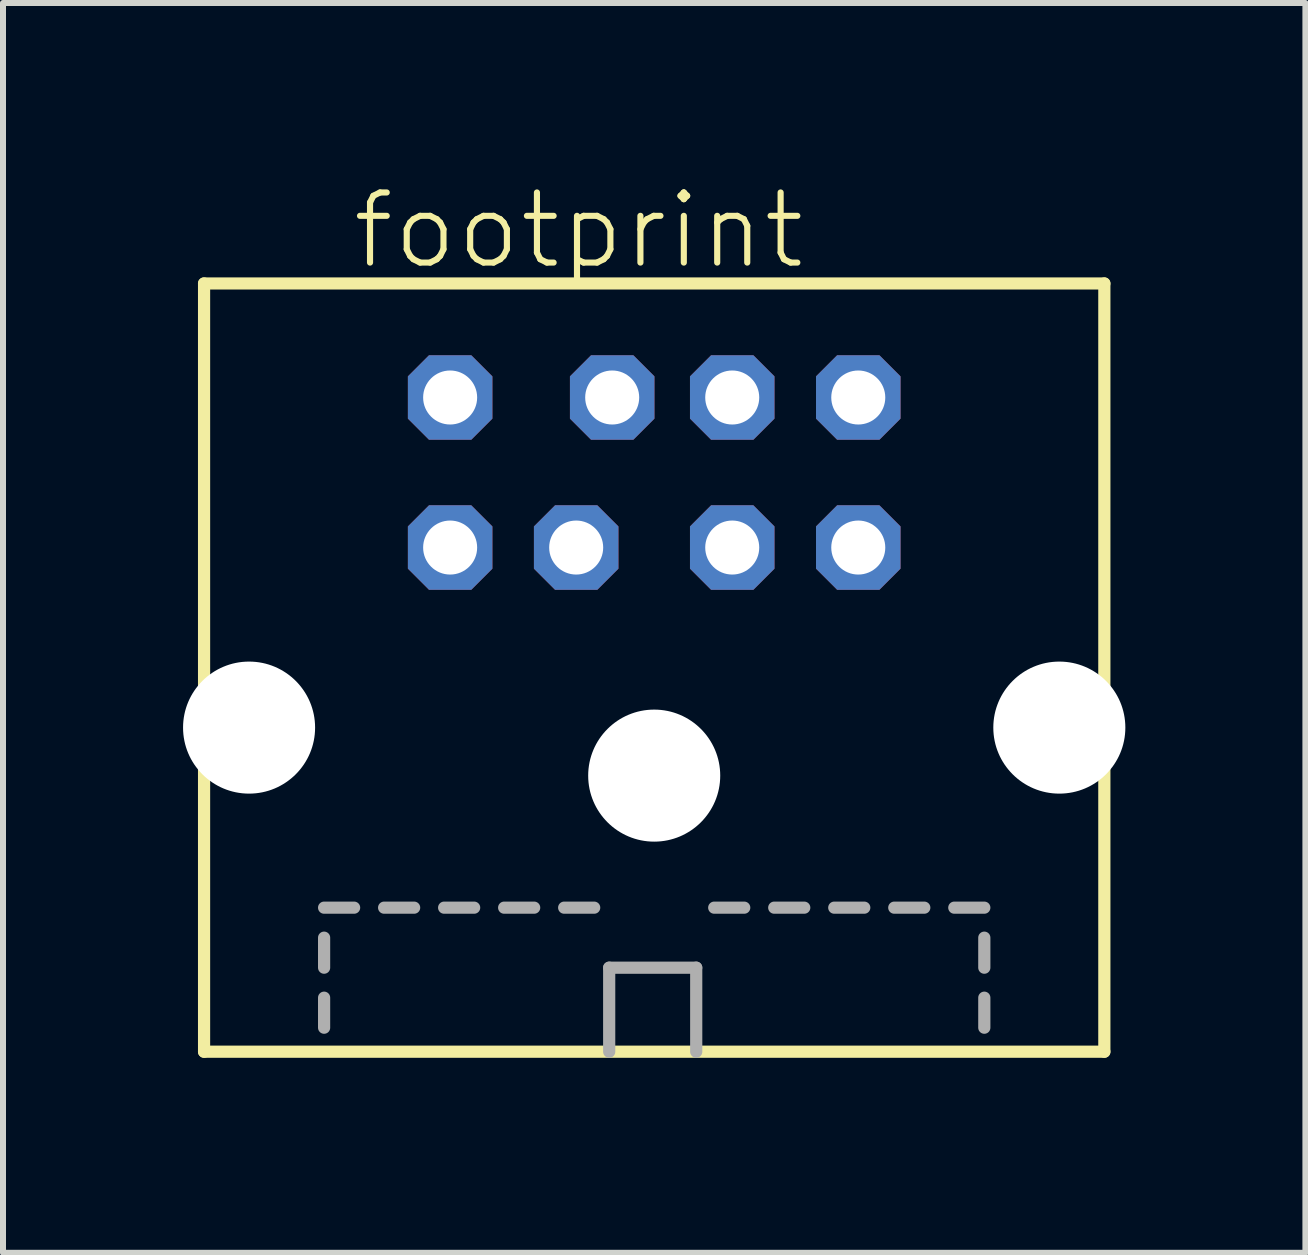
<source format=kicad_pcb>
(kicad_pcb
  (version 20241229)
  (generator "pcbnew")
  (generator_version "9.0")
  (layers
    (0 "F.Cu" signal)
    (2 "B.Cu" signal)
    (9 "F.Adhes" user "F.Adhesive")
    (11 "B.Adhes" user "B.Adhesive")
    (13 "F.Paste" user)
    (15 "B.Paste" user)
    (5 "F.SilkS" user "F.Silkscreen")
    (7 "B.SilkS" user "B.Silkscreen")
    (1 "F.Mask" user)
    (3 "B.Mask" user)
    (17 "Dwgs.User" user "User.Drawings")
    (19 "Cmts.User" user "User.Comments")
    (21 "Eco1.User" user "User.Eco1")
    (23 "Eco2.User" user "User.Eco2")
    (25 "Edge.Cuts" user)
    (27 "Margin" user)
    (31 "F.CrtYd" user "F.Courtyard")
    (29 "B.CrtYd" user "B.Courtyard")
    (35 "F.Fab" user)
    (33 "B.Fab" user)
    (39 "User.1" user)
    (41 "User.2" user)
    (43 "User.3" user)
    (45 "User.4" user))
  (footprint "footprint"
    (layer "F.Cu")
    (at 7.85 14.573)
    (property "Reference" "footprint" (at -5.08 -13.1 0) (layer "F.SilkS") (effects (font (size 1.168 1.168) (thickness 0.102)) (justify left bottom)))
    (fp_line (start -7.5 -12.9) (end -7.5 -0.1) (stroke (width 0.203) (type solid)) (layer "F.SilkS"))
    (fp_line (start -7.5 -0.1) (end 7.5 -0.1) (stroke (width 0.203) (type solid)) (layer "F.SilkS"))
    (fp_line (start 7.5 -12.9) (end -7.5 -12.9) (stroke (width 0.203) (type solid)) (layer "F.SilkS"))
    (fp_line (start 7.5 -0.1) (end 7.5 -12.9) (stroke (width 0.203) (type solid)) (layer "F.SilkS"))
    (fp_line (start -5.5 -2.5) (end -5 -2.5) (stroke (width 0.203) (type solid)) (layer "F.Fab"))
    (fp_line (start -5.5 -1.5) (end -5.5 -2) (stroke (width 0.203) (type solid)) (layer "F.Fab"))
    (fp_line (start -5.5 -0.5) (end -5.5 -1) (stroke (width 0.203) (type solid)) (layer "F.Fab"))
    (fp_line (start -4.5 -2.5) (end -4 -2.5) (stroke (width 0.203) (type solid)) (layer "F.Fab"))
    (fp_line (start -3.5 -2.5) (end -3 -2.5) (stroke (width 0.203) (type solid)) (layer "F.Fab"))
    (fp_line (start -2.5 -2.5) (end -2 -2.5) (stroke (width 0.203) (type solid)) (layer "F.Fab"))
    (fp_line (start -1.5 -2.5) (end -1 -2.5) (stroke (width 0.203) (type solid)) (layer "F.Fab"))
    (fp_line (start -0.75 -1.5) (end 0.7 -1.5) (stroke (width 0.203) (type solid)) (layer "F.Fab"))
    (fp_line (start -0.75 -0.1) (end -0.75 -1.5) (stroke (width 0.203) (type solid)) (layer "F.Fab"))
    (fp_line (start 0.7 -1.5) (end 0.7 -0.1) (stroke (width 0.203) (type solid)) (layer "F.Fab"))
    (fp_line (start 1 -2.5) (end 1.5 -2.5) (stroke (width 0.203) (type solid)) (layer "F.Fab"))
    (fp_line (start 2 -2.5) (end 2.5 -2.5) (stroke (width 0.203) (type solid)) (layer "F.Fab"))
    (fp_line (start 3 -2.5) (end 3.5 -2.5) (stroke (width 0.203) (type solid)) (layer "F.Fab"))
    (fp_line (start 4 -2.5) (end 4.5 -2.5) (stroke (width 0.203) (type solid)) (layer "F.Fab"))
    (fp_line (start 5 -2.5) (end 5.5 -2.5) (stroke (width 0.203) (type solid)) (layer "F.Fab"))
    (fp_line (start 5.5 -1.5) (end 5.5 -2) (stroke (width 0.203) (type solid)) (layer "F.Fab"))
    (fp_line (start 5.5 -0.5) (end 5.5 -1) (stroke (width 0.203) (type solid)) (layer "F.Fab"))
    (pad "" np_thru_hole circle (at -6.75 -5.5) (size 2.2 2.2) (drill 2.2) (layers "*.Cu" "*.Mask"))
    (pad "" np_thru_hole circle (at 0 -4.7) (size 2.2 2.2) (drill 2.2) (layers "*.Cu" "*.Mask"))
    (pad "" np_thru_hole circle (at 6.75 -5.5) (size 2.2 2.2) (drill 2.2) (layers "*.Cu" "*.Mask"))
    (pad "1" thru_hole roundrect (at 1.3 -8.5) (size 1.408 1.408) (drill 0.9) (layers "*.Cu" "*.Mask") (roundrect_rratio 0.25) (chamfer_ratio 0.25) (chamfer top_left top_right bottom_left bottom_right))
    (pad "2" thru_hole roundrect (at -1.3 -8.5) (size 1.408 1.408) (drill 0.9) (layers "*.Cu" "*.Mask") (roundrect_rratio 0.25) (chamfer_ratio 0.25) (chamfer top_left top_right bottom_left bottom_right))
    (pad "3" thru_hole roundrect (at 3.4 -8.5) (size 1.408 1.408) (drill 0.9) (layers "*.Cu" "*.Mask") (roundrect_rratio 0.25) (chamfer_ratio 0.25) (chamfer top_left top_right bottom_left bottom_right))
    (pad "4" thru_hole roundrect (at 1.3 -11) (size 1.408 1.408) (drill 0.9) (layers "*.Cu" "*.Mask") (roundrect_rratio 0.25) (chamfer_ratio 0.25) (chamfer top_left top_right bottom_left bottom_right))
    (pad "5" thru_hole roundrect (at -3.4 -8.5) (size 1.408 1.408) (drill 0.9) (layers "*.Cu" "*.Mask") (roundrect_rratio 0.25) (chamfer_ratio 0.25) (chamfer top_left top_right bottom_left bottom_right))
    (pad "6" thru_hole roundrect (at 3.4 -11) (size 1.408 1.408) (drill 0.9) (layers "*.Cu" "*.Mask") (roundrect_rratio 0.25) (chamfer_ratio 0.25) (chamfer top_left top_right bottom_left bottom_right))
    (pad "7" thru_hole roundrect (at -0.7 -11) (size 1.408 1.408) (drill 0.9) (layers "*.Cu" "*.Mask") (roundrect_rratio 0.25) (chamfer_ratio 0.25) (chamfer top_left top_right bottom_left bottom_right))
    (pad "8" thru_hole roundrect (at -3.4 -11) (size 1.408 1.408) (drill 0.9) (layers "*.Cu" "*.Mask") (roundrect_rratio 0.25) (chamfer_ratio 0.25) (chamfer top_left top_right bottom_left bottom_right)))
  (gr_rect
    (start -3 -3)
    (end 18.7 17.823)
    (stroke (width 0.1) (type default))
    (fill no)
    (layer "Edge.Cuts")))
</source>
